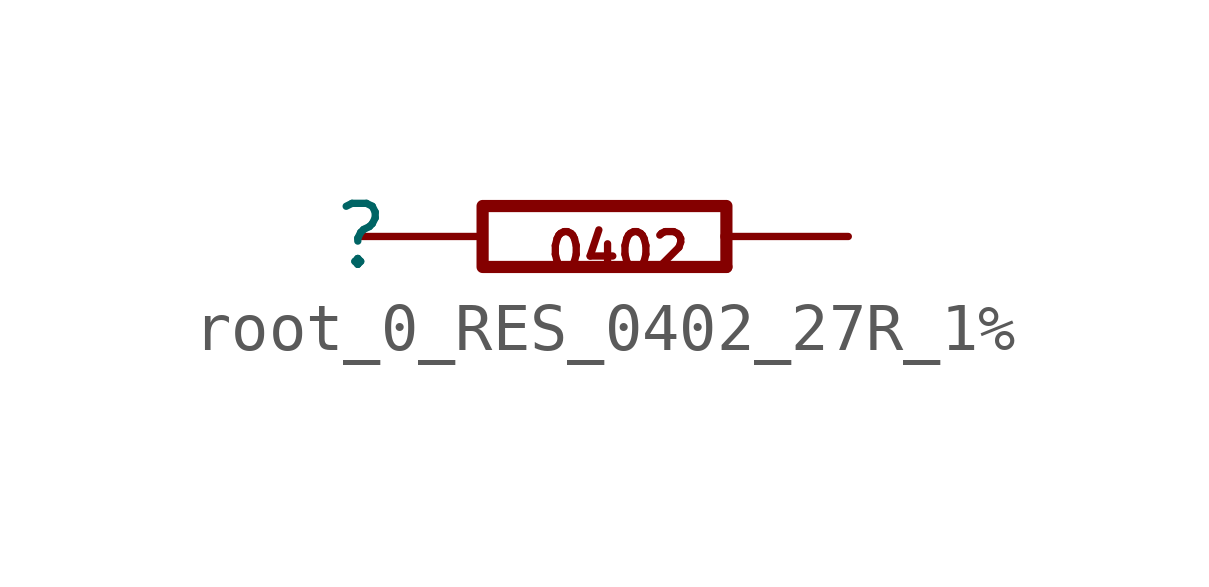
<source format=kicad_sym>
(kicad_symbol_lib
  (version 20231120)
  (generator "kicad_symbol_editor")
  (generator_version "8.0")
  (symbol "root_0_RES_0402_27R_1%"
    (property "Reference" ""
      (at 0 0 0)
      (effects (font (size 1.27 1.27))))
    (property "Value" ""
      (at 0 0 0)
      (effects (font (size 1.27 1.27))))
    (symbol "root_0_RES_0402_27R_1%_1_0"
      (polyline (pts (xy 7.62 -0.635) (xy 7.62 0)) (stroke (width 0.254) (type solid)) (fill (type none)))
      (polyline (pts (xy 7.62 0) (xy 7.62 0.635) (xy 2.54 0.635) (xy 2.54 -0.635) (xy 7.62 -0.635)) (stroke (width 0.254) (type solid)) (fill (type none)))
      (text "0402" (at 3.81 -0.762 0) (effects (font (size 0.762 0.762)) (justify left bottom)))
      (pin passive line (at 0 0 0) (length 2.54) (name "1" (effects (font (size 0 0)))) (number "1" (effects (font (size 0 0)))))
      (pin passive line (at 10.16 0 180) (length 2.54) (name "2" (effects (font (size 0 0)))) (number "2" (effects (font (size 0 0))))))))
</source>
